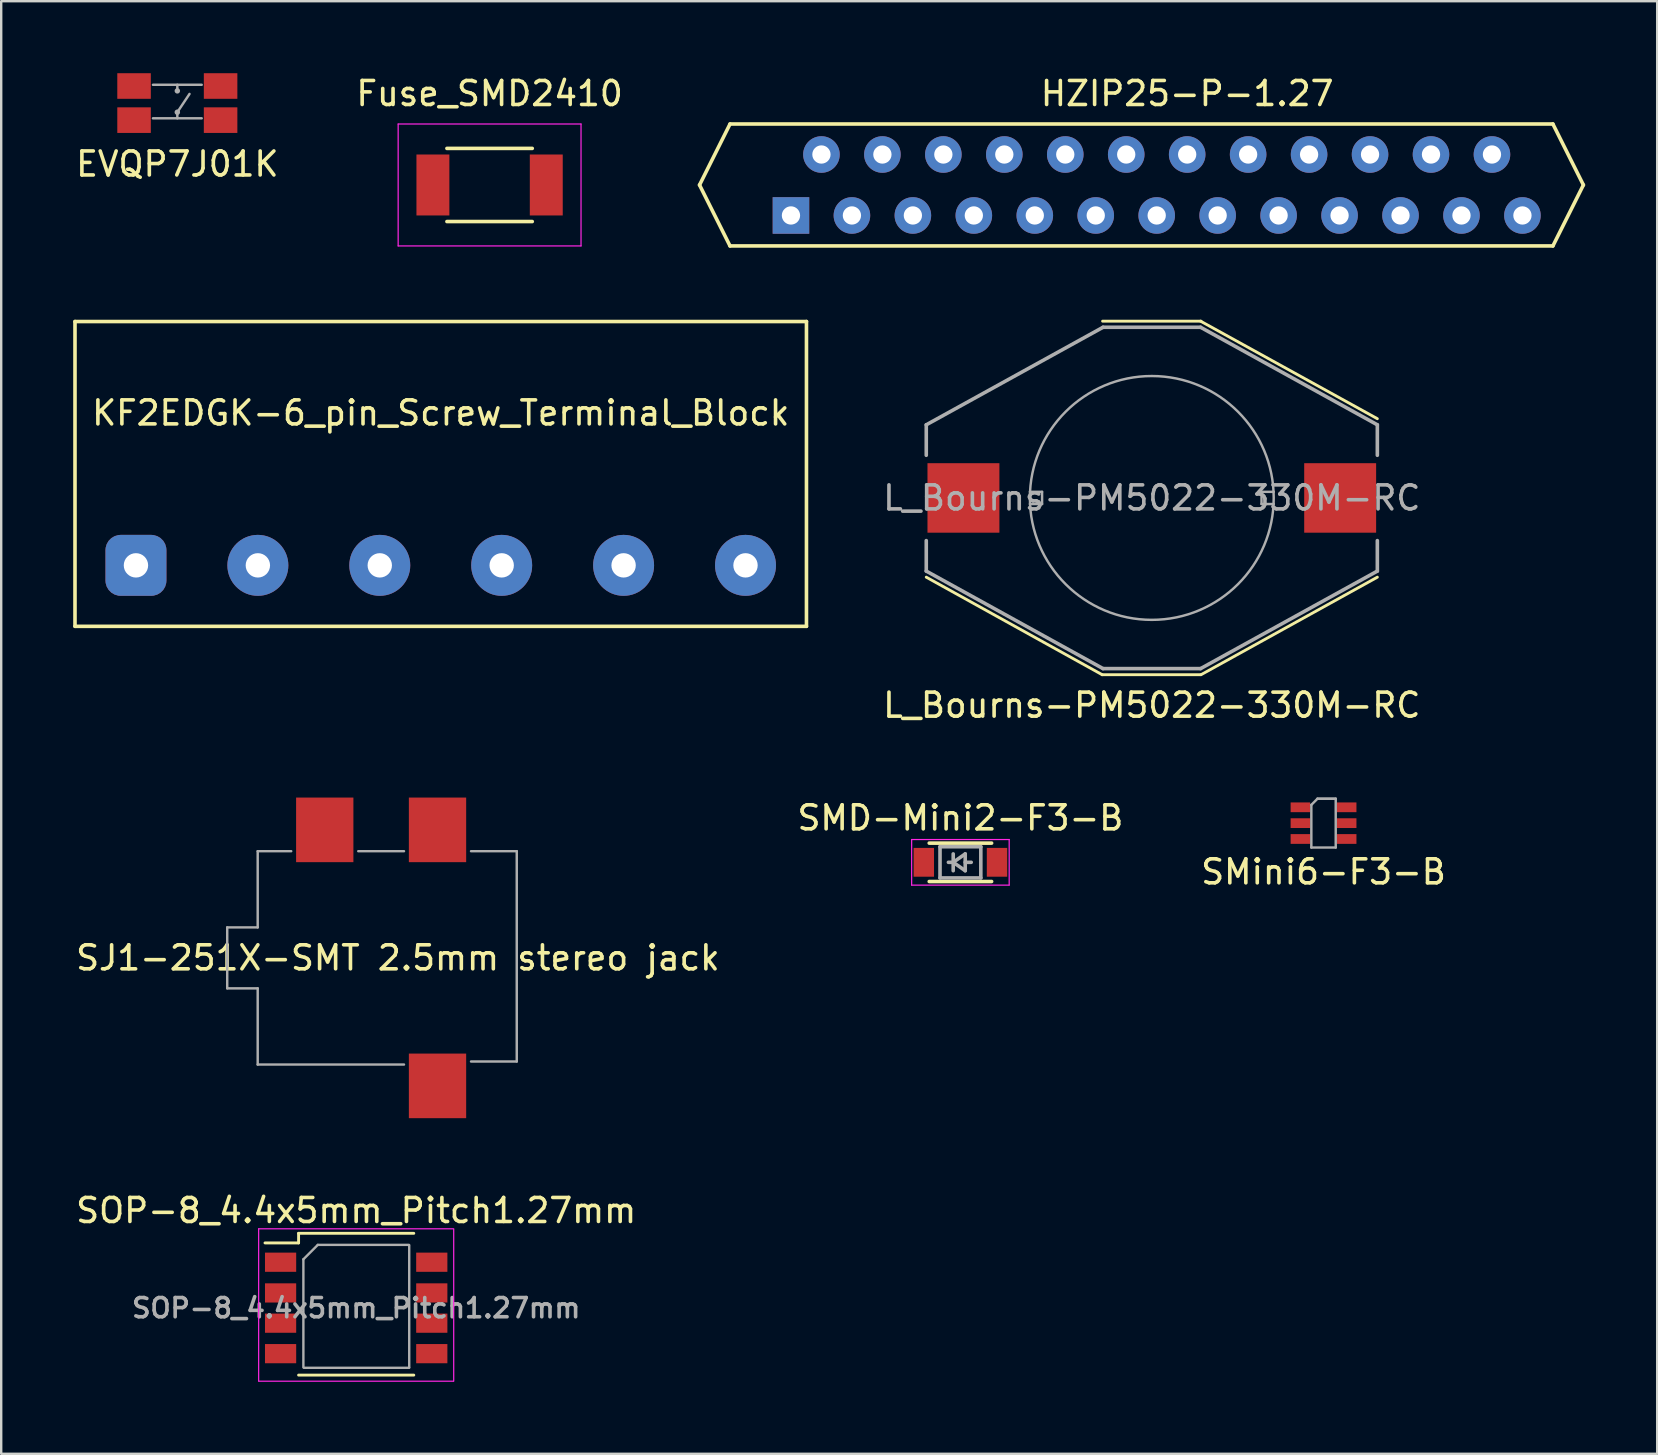
<source format=kicad_pcb>
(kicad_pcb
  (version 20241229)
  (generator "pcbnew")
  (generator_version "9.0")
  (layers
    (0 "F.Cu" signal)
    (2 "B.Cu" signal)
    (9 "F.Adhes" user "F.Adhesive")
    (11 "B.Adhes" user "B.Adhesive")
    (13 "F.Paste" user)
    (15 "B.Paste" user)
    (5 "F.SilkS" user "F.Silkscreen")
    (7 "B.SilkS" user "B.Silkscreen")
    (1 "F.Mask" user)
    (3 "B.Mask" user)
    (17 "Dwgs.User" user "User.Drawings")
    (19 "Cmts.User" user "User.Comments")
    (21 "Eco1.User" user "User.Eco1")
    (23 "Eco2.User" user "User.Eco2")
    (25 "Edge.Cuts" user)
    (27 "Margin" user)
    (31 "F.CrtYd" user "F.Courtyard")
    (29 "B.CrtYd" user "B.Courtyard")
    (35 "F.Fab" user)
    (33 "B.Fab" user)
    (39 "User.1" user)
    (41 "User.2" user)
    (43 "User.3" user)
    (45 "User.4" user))
  (footprint "HZIP25-P-1.27"
    (layer "F.Cu")
    (at 29.909 5.928)
    (property "Reference" "HZIP25-P-1.27" (at 16.51 -5.08 0) (layer "F.SilkS") (effects (font (size 1 1) (thickness 0.15))))
    (attr through_hole)
    (fp_line (start -3.81 -1.27) (end -2.54 1.27) (stroke (width 0.15) (type solid)) (layer "F.SilkS"))
    (fp_line (start -2.54 -3.81) (end -3.81 -1.27) (stroke (width 0.15) (type solid)) (layer "F.SilkS"))
    (fp_line (start -2.54 1.27) (end 31.75 1.27) (stroke (width 0.15) (type solid)) (layer "F.SilkS"))
    (fp_line (start 31.75 -3.81) (end -2.54 -3.81) (stroke (width 0.15) (type solid)) (layer "F.SilkS"))
    (fp_line (start 31.75 1.27) (end 33.02 -1.27) (stroke (width 0.15) (type solid)) (layer "F.SilkS"))
    (fp_line (start 33.02 -1.27) (end 31.75 -3.81) (stroke (width 0.15) (type solid)) (layer "F.SilkS"))
    (pad "1" thru_hole rect (at 0 0) (size 1.524 1.524) (drill 0.762) (layers "*.Cu" "*.Mask"))
    (pad "2" thru_hole circle (at 1.27 -2.54) (size 1.524 1.524) (drill 0.762) (layers "*.Cu" "*.Mask"))
    (pad "3" thru_hole circle (at 2.54 0) (size 1.524 1.524) (drill 0.762) (layers "*.Cu" "*.Mask"))
    (pad "4" thru_hole circle (at 3.81 -2.54) (size 1.524 1.524) (drill 0.762) (layers "*.Cu" "*.Mask"))
    (pad "5" thru_hole circle (at 5.08 0) (size 1.524 1.524) (drill 0.762) (layers "*.Cu" "*.Mask"))
    (pad "6" thru_hole circle (at 6.35 -2.54) (size 1.524 1.524) (drill 0.762) (layers "*.Cu" "*.Mask"))
    (pad "7" thru_hole circle (at 7.62 0) (size 1.524 1.524) (drill 0.762) (layers "*.Cu" "*.Mask"))
    (pad "8" thru_hole circle (at 8.89 -2.54) (size 1.524 1.524) (drill 0.762) (layers "*.Cu" "*.Mask"))
    (pad "9" thru_hole circle (at 10.16 0) (size 1.524 1.524) (drill 0.762) (layers "*.Cu" "*.Mask"))
    (pad "10" thru_hole circle (at 11.43 -2.54) (size 1.524 1.524) (drill 0.762) (layers "*.Cu" "*.Mask"))
    (pad "11" thru_hole circle (at 12.7 0) (size 1.524 1.524) (drill 0.762) (layers "*.Cu" "*.Mask"))
    (pad "12" thru_hole circle (at 13.97 -2.54) (size 1.524 1.524) (drill 0.762) (layers "*.Cu" "*.Mask"))
    (pad "13" thru_hole circle (at 15.24 0) (size 1.524 1.524) (drill 0.762) (layers "*.Cu" "*.Mask"))
    (pad "14" thru_hole circle (at 16.51 -2.54) (size 1.524 1.524) (drill 0.762) (layers "*.Cu" "*.Mask"))
    (pad "15" thru_hole circle (at 17.78 0) (size 1.524 1.524) (drill 0.762) (layers "*.Cu" "*.Mask"))
    (pad "16" thru_hole circle (at 19.05 -2.54) (size 1.524 1.524) (drill 0.762) (layers "*.Cu" "*.Mask"))
    (pad "17" thru_hole circle (at 20.32 0) (size 1.524 1.524) (drill 0.762) (layers "*.Cu" "*.Mask"))
    (pad "18" thru_hole circle (at 21.59 -2.54) (size 1.524 1.524) (drill 0.762) (layers "*.Cu" "*.Mask"))
    (pad "19" thru_hole circle (at 22.86 0) (size 1.524 1.524) (drill 0.762) (layers "*.Cu" "*.Mask"))
    (pad "20" thru_hole circle (at 24.13 -2.54) (size 1.524 1.524) (drill 0.762) (layers "*.Cu" "*.Mask"))
    (pad "21" thru_hole circle (at 25.4 0) (size 1.524 1.524) (drill 0.762) (layers "*.Cu" "*.Mask"))
    (pad "22" thru_hole circle (at 26.67 -2.54) (size 1.524 1.524) (drill 0.762) (layers "*.Cu" "*.Mask"))
    (pad "23" thru_hole circle (at 27.94 0) (size 1.524 1.524) (drill 0.762) (layers "*.Cu" "*.Mask"))
    (pad "24" thru_hole circle (at 29.21 -2.54) (size 1.524 1.524) (drill 0.762) (layers "*.Cu" "*.Mask"))
    (pad "25" thru_hole circle (at 30.48 0) (size 1.524 1.524) (drill 0.762) (layers "*.Cu" "*.Mask")))
  (footprint "L_Bourns-PM5022-330M-RC"
    (layer "F.Cu")
    (at 44.945 17.699)
    (property "Reference" "L_Bourns-PM5022-330M-RC" (at 0 8.636 0) (layer "F.SilkS") (effects (font (size 1 1) (thickness 0.15))))
    (attr smd)
    (fp_line (start -2.068 7.366) (end -9.398 3.302) (stroke (width 0.12) (type solid)) (layer "F.SilkS"))
    (fp_line (start -2.05 -7.366) (end 2.05 -7.366) (stroke (width 0.12) (type solid)) (layer "F.SilkS"))
    (fp_line (start 2.032 -7.366) (end 9.398 -3.302) (stroke (width 0.12) (type solid)) (layer "F.SilkS"))
    (fp_line (start 2.032 7.366) (end -2.068 7.366) (stroke (width 0.12) (type solid)) (layer "F.SilkS"))
    (fp_line (start 2.05 7.366) (end 9.398 3.302) (stroke (width 0.12) (type solid)) (layer "F.SilkS"))
    (fp_line (start -9.398 -3.048) (end -2.032 -7.112) (stroke (width 0.15) (type solid)) (layer "F.Fab"))
    (fp_line (start -9.398 -1.778) (end -9.398 -3.048) (stroke (width 0.15) (type solid)) (layer "F.Fab"))
    (fp_line (start -9.398 3.048) (end -9.398 1.778) (stroke (width 0.15) (type solid)) (layer "F.Fab"))
    (fp_line (start -5.08 -0.254) (end -4.572 -0.254) (stroke (width 0.102) (type solid)) (layer "F.Fab"))
    (fp_line (start -4.572 -0.254) (end -4.572 0.254) (stroke (width 0.102) (type solid)) (layer "F.Fab"))
    (fp_line (start -4.572 0.254) (end -5.08 0.254) (stroke (width 0.102) (type solid)) (layer "F.Fab"))
    (fp_line (start -2.032 -7.112) (end 2.032 -7.112) (stroke (width 0.15) (type solid)) (layer "F.Fab"))
    (fp_line (start -2.032 7.112) (end -9.398 3.048) (stroke (width 0.15) (type solid)) (layer "F.Fab"))
    (fp_line (start -2.032 7.112) (end 2.032 7.112) (stroke (width 0.15) (type solid)) (layer "F.Fab"))
    (fp_line (start 2.032 7.112) (end 9.398 3.048) (stroke (width 0.15) (type solid)) (layer "F.Fab"))
    (fp_line (start 4.572 -0.254) (end 4.572 0.254) (stroke (width 0.102) (type solid)) (layer "F.Fab"))
    (fp_line (start 4.572 0.254) (end 5.08 0.254) (stroke (width 0.102) (type solid)) (layer "F.Fab"))
    (fp_line (start 5.08 -0.254) (end 4.572 -0.254) (stroke (width 0.102) (type solid)) (layer "F.Fab"))
    (fp_line (start 9.398 -3.048) (end 2.032 -7.112) (stroke (width 0.15) (type solid)) (layer "F.Fab"))
    (fp_line (start 9.398 -1.778) (end 9.398 -3.048) (stroke (width 0.15) (type solid)) (layer "F.Fab"))
    (fp_line (start 9.398 3.048) (end 9.398 1.778) (stroke (width 0.15) (type solid)) (layer "F.Fab"))
    (fp_circle (center 0 0) (end 0 -5.08) (stroke (width 0.102) (type solid)) (fill no) (layer "F.Fab"))
    (fp_text user "${REFERENCE}" (at 0 0 0) (layer "F.Fab") (effects (font (size 1 1) (thickness 0.15))))
    (pad "1" smd rect (at -7.849 0) (size 2.997 2.896) (layers "F.Cu" "F.Mask" "F.Paste"))
    (pad "2" smd rect (at 7.849 0) (size 2.997 2.896) (layers "F.Cu" "F.Mask" "F.Paste")))
  (footprint "KF2EDGK-6_pin_Screw_Terminal_Block"
    (layer "F.Cu")
    (at 2.615 20.508)
    (property "Reference" "KF2EDGK-6_pin_Screw_Terminal_Block" (at 12.7 -6.35 0) (layer "F.SilkS") (effects (font (size 1 1) (thickness 0.15))))
    (attr through_hole)
    (fp_line (start -2.54 -10.16) (end -2.54 2.54) (stroke (width 0.15) (type solid)) (layer "F.SilkS"))
    (fp_line (start -2.54 2.54) (end 27.94 2.54) (stroke (width 0.15) (type solid)) (layer "F.SilkS"))
    (fp_line (start 27.94 -10.16) (end -2.54 -10.16) (stroke (width 0.15) (type solid)) (layer "F.SilkS"))
    (fp_line (start 27.94 2.54) (end 27.94 -10.16) (stroke (width 0.15) (type solid)) (layer "F.SilkS"))
    (pad "1" thru_hole roundrect (at 0 0) (size 2.54 2.54) (drill 1.016) (layers "*.Cu" "*.Mask") (roundrect_rratio 0.25))
    (pad "2" thru_hole circle (at 5.08 0) (size 2.54 2.54) (drill 1.016) (layers "*.Cu" "*.Mask"))
    (pad "3" thru_hole circle (at 10.16 0) (size 2.54 2.54) (drill 1.016) (layers "*.Cu" "*.Mask"))
    (pad "4" thru_hole circle (at 15.24 0) (size 2.54 2.54) (drill 1.016) (layers "*.Cu" "*.Mask"))
    (pad "5" thru_hole circle (at 20.32 0) (size 2.54 2.54) (drill 1.016) (layers "*.Cu" "*.Mask"))
    (pad "6" thru_hole circle (at 25.4 0) (size 2.54 2.54) (drill 1.016) (layers "*.Cu" "*.Mask")))
  (footprint "SMini6-F3-B"
    (layer "F.Cu")
    (at 52.101 31.25)
    (property "Reference" "SMini6-F3-B" (at 0 2.032 0) (layer "F.SilkS") (effects (font (size 1 1) (thickness 0.15))))
    (attr through_hole)
    (fp_line (start -0.508 -0.762) (end -0.508 1.016) (stroke (width 0.102) (type solid)) (layer "F.Fab"))
    (fp_line (start -0.508 1.016) (end 0.508 1.016) (stroke (width 0.102) (type solid)) (layer "F.Fab"))
    (fp_line (start -0.254 -1.016) (end -0.508 -0.762) (stroke (width 0.102) (type solid)) (layer "F.Fab"))
    (fp_line (start -0.254 -1.016) (end 0.508 -1.016) (stroke (width 0.102) (type solid)) (layer "F.Fab"))
    (fp_line (start 0.508 -1.016) (end -0.254 -1.016) (stroke (width 0.102) (type solid)) (layer "F.Fab"))
    (fp_line (start 0.508 -1.016) (end 0.508 1.016) (stroke (width 0.102) (type solid)) (layer "F.Fab"))
    (pad "1" smd rect (at -0.965 -0.66) (size 0.813 0.406) (layers "F.Cu" "F.Mask" "F.Paste"))
    (pad "2" smd rect (at -0.965 0) (size 0.813 0.406) (layers "F.Cu" "F.Mask" "F.Paste"))
    (pad "3" smd rect (at -0.965 0.66) (size 0.813 0.406) (layers "F.Cu" "F.Mask" "F.Paste"))
    (pad "4" smd rect (at 0.965 0.66) (size 0.813 0.406) (layers "F.Cu" "F.Mask" "F.Paste"))
    (pad "5" smd rect (at 0.965 0) (size 0.813 0.406) (layers "F.Cu" "F.Mask" "F.Paste"))
    (pad "6" smd rect (at 0.965 -0.66) (size 0.813 0.406) (layers "F.Cu" "F.Mask" "F.Paste")))
  (footprint "Fuse_SMD2410"
    (layer "F.Cu")
    (at 17.351 4.658)
    (property "Reference" "Fuse_SMD2410" (at 0 -3.81 0) (layer "F.SilkS") (effects (font (size 1 1) (thickness 0.15))))
    (attr smd)
    (fp_line (start -1.778 -1.524) (end 1.778 -1.524) (stroke (width 0.15) (type solid)) (layer "F.SilkS"))
    (fp_line (start -1.778 1.524) (end 1.778 1.524) (stroke (width 0.15) (type solid)) (layer "F.SilkS"))
    (fp_line (start -3.81 -2.54) (end -3.81 2.54) (stroke (width 0.05) (type solid)) (layer "F.CrtYd"))
    (fp_line (start -3.81 -2.54) (end 3.81 -2.54) (stroke (width 0.05) (type solid)) (layer "F.CrtYd"))
    (fp_line (start -3.81 2.54) (end 3.81 2.54) (stroke (width 0.05) (type solid)) (layer "F.CrtYd"))
    (fp_line (start 3.81 -2.54) (end 3.81 2.54) (stroke (width 0.05) (type solid)) (layer "F.CrtYd"))
    (pad "1" smd rect (at -2.362 0 90) (size 2.54 1.372) (layers "F.Cu" "F.Mask" "F.Paste"))
    (pad "2" smd rect (at 2.362 0 90) (size 2.54 1.372) (layers "F.Cu" "F.Mask" "F.Paste")))
  (footprint "EVQP7J01K"
    (layer "F.Cu")
    (at 4.339 1.245)
    (property "Reference" "EVQP7J01K" (at 0 2.54 0) (layer "F.SilkS") (effects (font (size 1 1) (thickness 0.15))))
    (attr through_hole)
    (fp_line (start -1.016 -0.762) (end 1.016 -0.762) (stroke (width 0.102) (type solid)) (layer "F.Fab"))
    (fp_line (start -1.016 0.635) (end 1.016 0.635) (stroke (width 0.102) (type solid)) (layer "F.Fab"))
    (fp_line (start 0 -0.762) (end 0 -0.508) (stroke (width 0.102) (type solid)) (layer "F.Fab"))
    (fp_line (start 0 0.381) (end 0.508 -0.381) (stroke (width 0.102) (type solid)) (layer "F.Fab"))
    (fp_line (start 0 0.635) (end 0 0.381) (stroke (width 0.102) (type solid)) (layer "F.Fab"))
    (fp_circle (center 0 -0.508) (end 0 -0.445) (stroke (width 0.102) (type solid)) (fill no) (layer "F.Fab"))
    (fp_circle (center 0 0.381) (end 0 0.445) (stroke (width 0.102) (type solid)) (fill no) (layer "F.Fab"))
    (pad "1" smd rect (at -1.803 -0.711) (size 1.397 1.067) (layers "F.Cu" "F.Mask" "F.Paste"))
    (pad "1'" smd rect (at 1.803 -0.711) (size 1.397 1.067) (layers "F.Cu" "F.Mask" "F.Paste"))
    (pad "2" smd rect (at -1.803 0.711) (size 1.397 1.067) (layers "F.Cu" "F.Mask" "F.Paste"))
    (pad "2'" smd rect (at 1.803 0.711) (size 1.397 1.067) (layers "F.Cu" "F.Mask" "F.Paste")))
  (footprint "SOP-8_4.4x5mm_Pitch1.27mm"
    (layer "F.Cu")
    (at 11.792 51.456)
    (property "Reference" "SOP-8_4.4x5mm_Pitch1.27mm" (at 0 -4.064 0) (layer "F.SilkS") (effects (font (size 1 1) (thickness 0.15))))
    (attr smd)
    (fp_line (start -2.4 -3.114) (end -2.4 -2.714) (stroke (width 0.12) (type solid)) (layer "F.SilkS"))
    (fp_line (start -2.4 -3.114) (end 2.4 -3.114) (stroke (width 0.12) (type solid)) (layer "F.SilkS"))
    (fp_line (start -2.4 -2.714) (end -3.8 -2.714) (stroke (width 0.12) (type solid)) (layer "F.SilkS"))
    (fp_line (start -2.4 2.794) (end 2.4 2.794) (stroke (width 0.12) (type solid)) (layer "F.SilkS"))
    (fp_line (start -4.064 -3.302) (end -4.064 3.048) (stroke (width 0.05) (type solid)) (layer "F.CrtYd"))
    (fp_line (start -4.064 -3.302) (end 4.036 -3.302) (stroke (width 0.05) (type solid)) (layer "F.CrtYd"))
    (fp_line (start 4.05 3.048) (end -4.05 3.048) (stroke (width 0.05) (type solid)) (layer "F.CrtYd"))
    (fp_line (start 4.064 3.048) (end 4.064 -3.302) (stroke (width 0.05) (type solid)) (layer "F.CrtYd"))
    (fp_line (start -2.2 -2.032) (end -1.6 -2.632) (stroke (width 0.1) (type solid)) (layer "F.Fab"))
    (fp_line (start -2.2 2.464) (end -2.2 -2.032) (stroke (width 0.1) (type solid)) (layer "F.Fab"))
    (fp_line (start -1.6 -2.632) (end 2.2 -2.632) (stroke (width 0.1) (type solid)) (layer "F.Fab"))
    (fp_line (start 2.21 -2.616) (end 2.21 2.464) (stroke (width 0.1) (type solid)) (layer "F.Fab"))
    (fp_line (start 2.21 2.489) (end -2.184 2.489) (stroke (width 0.1) (type solid)) (layer "F.Fab"))
    (fp_text user "${REFERENCE}" (at 0 0 0) (layer "F.Fab") (effects (font (size 0.8 0.8) (thickness 0.15))))
    (pad "1" smd rect (at -3.15 -1.91) (size 1.3 0.8) (layers "F.Cu" "F.Mask" "F.Paste"))
    (pad "2" smd rect (at -3.15 -0.63) (size 1.3 0.8) (layers "F.Cu" "F.Mask" "F.Paste"))
    (pad "3" smd rect (at -3.15 0.63) (size 1.3 0.8) (layers "F.Cu" "F.Mask" "F.Paste"))
    (pad "4" smd rect (at -3.15 1.9) (size 1.3 0.8) (layers "F.Cu" "F.Mask" "F.Paste"))
    (pad "5" smd rect (at 3.15 1.9) (size 1.3 0.8) (layers "F.Cu" "F.Mask" "F.Paste"))
    (pad "6" smd rect (at 3.15 0.63) (size 1.3 0.8) (layers "F.Cu" "F.Mask" "F.Paste"))
    (pad "7" smd rect (at 3.15 -0.63) (size 1.3 0.8) (layers "F.Cu" "F.Mask" "F.Paste"))
    (pad "8" smd rect (at 3.15 -1.91) (size 1.3 0.8) (layers "F.Cu" "F.Mask" "F.Paste")))
  (footprint "SMD-Mini2-F3-B"
    (layer "F.Cu")
    (at 36.97 32.882)
    (property "Reference" "SMD-Mini2-F3-B" (at 0 -1.85 0) (layer "F.SilkS") (effects (font (size 1 1) (thickness 0.15))))
    (attr smd)
    (fp_line (start -1.3 -0.8) (end 1.3 -0.8) (stroke (width 0.15) (type solid)) (layer "F.SilkS"))
    (fp_line (start -1.3 0.8) (end 1.3 0.8) (stroke (width 0.15) (type solid)) (layer "F.SilkS"))
    (fp_line (start -2.032 -0.95) (end -2.032 0.95) (stroke (width 0.05) (type solid)) (layer "F.CrtYd"))
    (fp_line (start -2.032 -0.95) (end 2.032 -0.95) (stroke (width 0.05) (type solid)) (layer "F.CrtYd"))
    (fp_line (start -2.032 0.95) (end 2.032 0.95) (stroke (width 0.05) (type solid)) (layer "F.CrtYd"))
    (fp_line (start 2.032 -0.95) (end 2.032 0.95) (stroke (width 0.05) (type solid)) (layer "F.CrtYd"))
    (fp_line (start -0.85 -0.65) (end 0.85 -0.65) (stroke (width 0.15) (type solid)) (layer "F.Fab"))
    (fp_line (start -0.85 0.65) (end -0.85 -0.65) (stroke (width 0.15) (type solid)) (layer "F.Fab"))
    (fp_line (start -0.3 -0.35) (end -0.3 0.35) (stroke (width 0.15) (type solid)) (layer "F.Fab"))
    (fp_line (start -0.3 0) (end -0.5 0) (stroke (width 0.15) (type solid)) (layer "F.Fab"))
    (fp_line (start -0.3 0) (end 0.2 -0.35) (stroke (width 0.15) (type solid)) (layer "F.Fab"))
    (fp_line (start 0.2 -0.35) (end 0.2 0.35) (stroke (width 0.15) (type solid)) (layer "F.Fab"))
    (fp_line (start 0.2 0) (end 0.45 0) (stroke (width 0.15) (type solid)) (layer "F.Fab"))
    (fp_line (start 0.2 0.35) (end -0.3 0) (stroke (width 0.15) (type solid)) (layer "F.Fab"))
    (fp_line (start 0.85 -0.65) (end 0.85 0.65) (stroke (width 0.15) (type solid)) (layer "F.Fab"))
    (fp_line (start 0.85 0.65) (end -0.85 0.65) (stroke (width 0.15) (type solid)) (layer "F.Fab"))
    (pad "1" smd rect (at -1.525 0) (size 0.85 1.2) (layers "F.Cu" "F.Mask" "F.Paste"))
    (pad "2" smd rect (at 1.525 0) (size 0.85 1.2) (layers "F.Cu" "F.Mask" "F.Paste")))
  (footprint "SJ1-251X-SMT 2.5mm stereo jack"
    (layer "F.Cu")
    (at 7.688 36.864)
    (property "Reference" "SJ1-251X-SMT 2.5mm stereo jack" (at 5.842 0 0) (layer "F.SilkS") (effects (font (size 1 1) (thickness 0.15))))
    (attr through_hole)
    (fp_line (start -1.27 -1.27) (end 0 -1.27) (stroke (width 0.102) (type solid)) (layer "F.Fab"))
    (fp_line (start -1.27 1.27) (end -1.27 -1.27) (stroke (width 0.102) (type solid)) (layer "F.Fab"))
    (fp_line (start 0 -4.445) (end 1.397 -4.445) (stroke (width 0.102) (type solid)) (layer "F.Fab"))
    (fp_line (start 0 -1.27) (end 0 -4.445) (stroke (width 0.102) (type solid)) (layer "F.Fab"))
    (fp_line (start 0 1.27) (end -1.27 1.27) (stroke (width 0.102) (type solid)) (layer "F.Fab"))
    (fp_line (start 0 4.445) (end 0 1.27) (stroke (width 0.102) (type solid)) (layer "F.Fab"))
    (fp_line (start 4.191 -4.445) (end 6.096 -4.445) (stroke (width 0.102) (type solid)) (layer "F.Fab"))
    (fp_line (start 6.096 4.445) (end 0 4.445) (stroke (width 0.102) (type solid)) (layer "F.Fab"))
    (fp_line (start 8.89 -4.445) (end 10.795 -4.445) (stroke (width 0.102) (type solid)) (layer "F.Fab"))
    (fp_line (start 10.795 -4.445) (end 10.795 4.318) (stroke (width 0.102) (type solid)) (layer "F.Fab"))
    (fp_line (start 10.795 4.318) (end 8.89 4.318) (stroke (width 0.102) (type solid)) (layer "F.Fab"))
    (pad "1" smd rect (at 2.794 -5.334) (size 2.388 2.692) (layers "F.Cu" "F.Mask" "F.Paste"))
    (pad "2" smd rect (at 7.493 5.334) (size 2.388 2.692) (layers "F.Cu" "F.Mask" "F.Paste"))
    (pad "3" smd rect (at 7.493 -5.334) (size 2.388 2.692) (layers "F.Cu" "F.Mask" "F.Paste")))
  (gr_rect
    (start -3 -3)
    (end 66.004 57.529)
    (stroke (width 0.1) (type default))
    (fill no)
    (layer "Edge.Cuts")))
</source>
